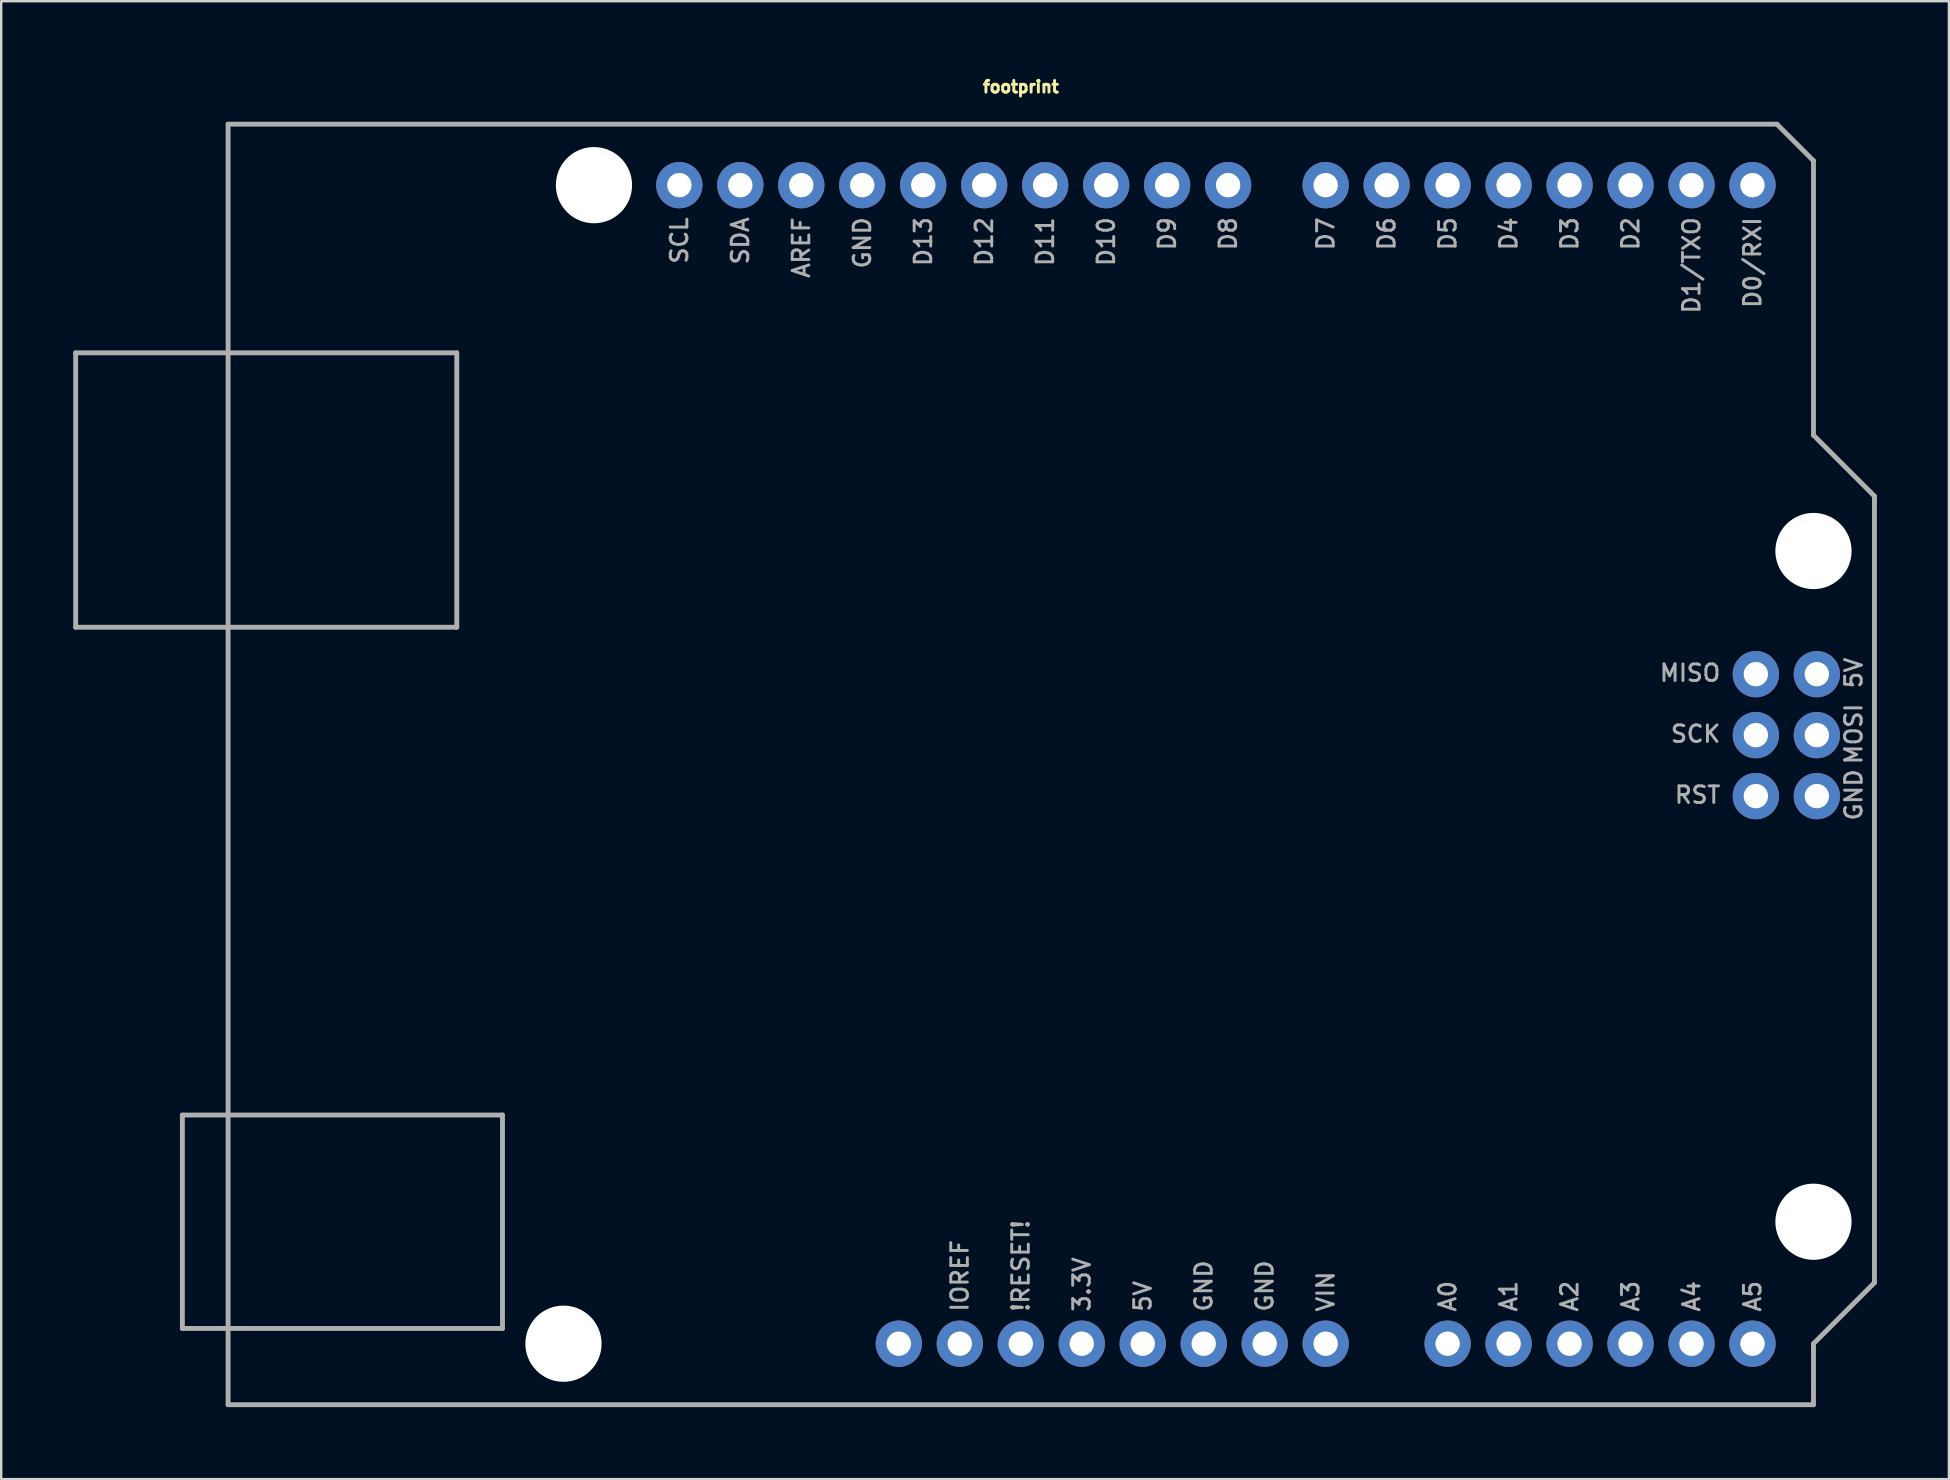
<source format=kicad_pcb>
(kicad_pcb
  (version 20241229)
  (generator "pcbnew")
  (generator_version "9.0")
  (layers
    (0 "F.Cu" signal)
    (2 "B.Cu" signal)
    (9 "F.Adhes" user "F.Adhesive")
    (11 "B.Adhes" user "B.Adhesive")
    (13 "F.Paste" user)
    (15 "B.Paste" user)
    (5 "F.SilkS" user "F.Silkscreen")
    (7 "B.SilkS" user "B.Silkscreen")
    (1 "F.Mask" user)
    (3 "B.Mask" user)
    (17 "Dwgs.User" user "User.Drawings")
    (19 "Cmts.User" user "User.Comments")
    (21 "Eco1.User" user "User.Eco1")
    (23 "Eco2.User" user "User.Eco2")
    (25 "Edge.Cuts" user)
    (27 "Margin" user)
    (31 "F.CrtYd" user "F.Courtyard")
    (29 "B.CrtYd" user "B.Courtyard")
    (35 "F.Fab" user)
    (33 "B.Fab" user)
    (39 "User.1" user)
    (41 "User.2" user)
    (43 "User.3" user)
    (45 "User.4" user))
  (footprint "footprint"
    (layer "F.Cu")
    (at 39.472 28.793)
    (property "Reference" "footprint" (at 0 -27.94 0) (layer "F.SilkS") (effects (font (size 0.488 0.488) (thickness 0.122)) (justify bottom)))
    (fp_line (start -39.37 -17.145) (end -23.495 -17.145) (stroke (width 0.203) (type solid)) (layer "F.Fab"))
    (fp_line (start -39.37 -5.715) (end -39.37 -17.145) (stroke (width 0.203) (type solid)) (layer "F.Fab"))
    (fp_line (start -34.925 14.605) (end -21.59 14.605) (stroke (width 0.203) (type solid)) (layer "F.Fab"))
    (fp_line (start -34.925 23.495) (end -34.925 14.605) (stroke (width 0.203) (type solid)) (layer "F.Fab"))
    (fp_line (start -33.02 -26.67) (end 31.496 -26.67) (stroke (width 0.203) (type solid)) (layer "F.Fab"))
    (fp_line (start -33.02 26.67) (end -33.02 -26.67) (stroke (width 0.203) (type solid)) (layer "F.Fab"))
    (fp_line (start -23.495 -17.145) (end -23.495 -5.715) (stroke (width 0.203) (type solid)) (layer "F.Fab"))
    (fp_line (start -23.495 -5.715) (end -39.37 -5.715) (stroke (width 0.203) (type solid)) (layer "F.Fab"))
    (fp_line (start -21.59 14.605) (end -21.59 23.495) (stroke (width 0.203) (type solid)) (layer "F.Fab"))
    (fp_line (start -21.59 23.495) (end -34.925 23.495) (stroke (width 0.203) (type solid)) (layer "F.Fab"))
    (fp_line (start 31.496 -26.67) (end 33.02 -25.146) (stroke (width 0.203) (type solid)) (layer "F.Fab"))
    (fp_line (start 33.02 -25.146) (end 33.02 -13.716) (stroke (width 0.203) (type solid)) (layer "F.Fab"))
    (fp_line (start 33.02 -13.716) (end 35.56 -11.176) (stroke (width 0.203) (type solid)) (layer "F.Fab"))
    (fp_line (start 33.02 24.13) (end 33.02 26.67) (stroke (width 0.203) (type solid)) (layer "F.Fab"))
    (fp_line (start 33.02 26.67) (end -33.02 26.67) (stroke (width 0.203) (type solid)) (layer "F.Fab"))
    (fp_line (start 35.56 -11.176) (end 35.56 21.59) (stroke (width 0.203) (type solid)) (layer "F.Fab"))
    (fp_line (start 35.56 21.59) (end 33.02 24.13) (stroke (width 0.203) (type solid)) (layer "F.Fab"))
    (fp_text user "D6" (at 15.24 -22.86 90) (layer "F.Fab") (effects (font (size 0.691 0.691) (thickness 0.122)) (justify right)))
    (fp_text user "SCL" (at -14.224 -22.86 90) (layer "F.Fab") (effects (font (size 0.691 0.691) (thickness 0.122)) (justify right)))
    (fp_text user "D13" (at -4.064 -22.86 90) (layer "F.Fab") (effects (font (size 0.691 0.691) (thickness 0.122)) (justify right)))
    (fp_text user "D8" (at 8.636 -22.86 90) (layer "F.Fab") (effects (font (size 0.691 0.691) (thickness 0.122)) (justify right)))
    (fp_text user "D10" (at 3.556 -22.86 90) (layer "F.Fab") (effects (font (size 0.691 0.691) (thickness 0.122)) (justify right)))
    (fp_text user "D9" (at 6.096 -22.86 90) (layer "F.Fab") (effects (font (size 0.691 0.691) (thickness 0.122)) (justify right)))
    (fp_text user "MISO" (at 29.21 -3.81 0) (layer "F.Fab") (effects (font (size 0.691 0.691) (thickness 0.122)) (justify right)))
    (fp_text user "5V" (at 5.08 22.86 90) (layer "F.Fab") (effects (font (size 0.691 0.691) (thickness 0.122)) (justify left)))
    (fp_text user "GND" (at 7.62 22.86 90) (layer "F.Fab") (effects (font (size 0.691 0.691) (thickness 0.122)) (justify left)))
    (fp_text user "D2" (at 25.4 -22.86 90) (layer "F.Fab") (effects (font (size 0.691 0.691) (thickness 0.122)) (justify right)))
    (fp_text user "IOREF" (at -2.54 22.86 90) (layer "F.Fab") (effects (font (size 0.691 0.691) (thickness 0.122)) (justify left)))
    (fp_text user "D5" (at 17.78 -22.86 90) (layer "F.Fab") (effects (font (size 0.691 0.691) (thickness 0.122)) (justify right)))
    (fp_text user "D3" (at 22.86 -22.86 90) (layer "F.Fab") (effects (font (size 0.691 0.691) (thickness 0.122)) (justify right)))
    (fp_text user "RST" (at 29.21 1.27 0) (layer "F.Fab") (effects (font (size 0.691 0.691) (thickness 0.122)) (justify right)))
    (fp_text user "A5" (at 30.48 22.86 90) (layer "F.Fab") (effects (font (size 0.691 0.691) (thickness 0.122)) (justify left)))
    (fp_text user "D12" (at -1.524 -22.86 90) (layer "F.Fab") (effects (font (size 0.691 0.691) (thickness 0.122)) (justify right)))
    (fp_text user "D1/TXO" (at 27.94 -22.86 90) (layer "F.Fab") (effects (font (size 0.691 0.691) (thickness 0.122)) (justify right)))
    (fp_text user "A2" (at 22.86 22.86 90) (layer "F.Fab") (effects (font (size 0.691 0.691) (thickness 0.122)) (justify left)))
    (fp_text user "A4" (at 27.94 22.86 90) (layer "F.Fab") (effects (font (size 0.691 0.691) (thickness 0.122)) (justify left)))
    (fp_text user "D7" (at 12.7 -22.86 90) (layer "F.Fab") (effects (font (size 0.691 0.691) (thickness 0.122)) (justify right)))
    (fp_text user "MOSI" (at 34.29 -1.27 90) (layer "F.Fab") (effects (font (size 0.691 0.691) (thickness 0.122)) (justify top)))
    (fp_text user "GND" (at -6.604 -22.86 90) (layer "F.Fab") (effects (font (size 0.691 0.691) (thickness 0.122)) (justify right)))
    (fp_text user "GND" (at 34.29 1.27 90) (layer "F.Fab") (effects (font (size 0.691 0.691) (thickness 0.122)) (justify top)))
    (fp_text user "3.3V" (at 2.54 22.86 90) (layer "F.Fab") (effects (font (size 0.691 0.691) (thickness 0.122)) (justify left)))
    (fp_text user "5V" (at 34.29 -3.81 90) (layer "F.Fab") (effects (font (size 0.691 0.691) (thickness 0.122)) (justify top)))
    (fp_text user "VIN" (at 12.7 22.86 90) (layer "F.Fab") (effects (font (size 0.691 0.691) (thickness 0.122)) (justify left)))
    (fp_text user "D4" (at 20.32 -22.86 90) (layer "F.Fab") (effects (font (size 0.691 0.691) (thickness 0.122)) (justify right)))
    (fp_text user "A1" (at 20.32 22.86 90) (layer "F.Fab") (effects (font (size 0.691 0.691) (thickness 0.122)) (justify left)))
    (fp_text user "GND" (at 10.16 22.86 90) (layer "F.Fab") (effects (font (size 0.691 0.691) (thickness 0.122)) (justify left)))
    (fp_text user "D0/RXI" (at 30.48 -22.86 90) (layer "F.Fab") (effects (font (size 0.691 0.691) (thickness 0.122)) (justify right)))
    (fp_text user "A3" (at 25.4 22.86 90) (layer "F.Fab") (effects (font (size 0.691 0.691) (thickness 0.122)) (justify left)))
    (fp_text user "A0" (at 17.78 22.86 90) (layer "F.Fab") (effects (font (size 0.691 0.691) (thickness 0.122)) (justify left)))
    (fp_text user "D11" (at 1.016 -22.86 90) (layer "F.Fab") (effects (font (size 0.691 0.691) (thickness 0.122)) (justify right)))
    (fp_text user "AREF" (at -9.144 -22.86 90) (layer "F.Fab") (effects (font (size 0.691 0.691) (thickness 0.122)) (justify right)))
    (fp_text user "SCK" (at 29.21 -1.27 0) (layer "F.Fab") (effects (font (size 0.691 0.691) (thickness 0.122)) (justify right)))
    (fp_text user "!RESET!" (at 0 22.86 90) (layer "F.Fab") (effects (font (size 0.691 0.691) (thickness 0.122)) (justify left)))
    (fp_text user "SDA" (at -11.684 -22.86 90) (layer "F.Fab") (effects (font (size 0.691 0.691) (thickness 0.122)) (justify right)))
    (pad "" np_thru_hole circle (at -19.05 24.13) (size 3.175 3.175) (drill 3.175) (layers "*.Cu" "*.Mask"))
    (pad "" np_thru_hole circle (at -17.78 -24.13) (size 3.175 3.175) (drill 3.175) (layers "*.Cu" "*.Mask"))
    (pad "" np_thru_hole circle (at 33.02 -8.89) (size 3.175 3.175) (drill 3.175) (layers "*.Cu" "*.Mask"))
    (pad "" np_thru_hole circle (at 33.02 19.05) (size 3.175 3.175) (drill 3.175) (layers "*.Cu" "*.Mask"))
    (pad "3.3V" thru_hole circle (at 2.54 24.13) (size 1.93 1.93) (drill 1.016) (layers "*.Cu" "*.Mask"))
    (pad "5V" thru_hole circle (at 5.08 24.13) (size 1.93 1.93) (drill 1.016) (layers "*.Cu" "*.Mask"))
    (pad "A0" thru_hole circle (at 17.78 24.13) (size 1.93 1.93) (drill 1.016) (layers "*.Cu" "*.Mask"))
    (pad "A1" thru_hole circle (at 20.32 24.13) (size 1.93 1.93) (drill 1.016) (layers "*.Cu" "*.Mask"))
    (pad "A2" thru_hole circle (at 22.86 24.13) (size 1.93 1.93) (drill 1.016) (layers "*.Cu" "*.Mask"))
    (pad "A3" thru_hole circle (at 25.4 24.13) (size 1.93 1.93) (drill 1.016) (layers "*.Cu" "*.Mask"))
    (pad "A4" thru_hole circle (at 27.94 24.13) (size 1.93 1.93) (drill 1.016) (layers "*.Cu" "*.Mask"))
    (pad "A5" thru_hole circle (at 30.48 24.13) (size 1.93 1.93) (drill 1.016) (layers "*.Cu" "*.Mask"))
    (pad "AREF" thru_hole circle (at -9.144 -24.13) (size 1.93 1.93) (drill 1.016) (layers "*.Cu" "*.Mask"))
    (pad "D0" thru_hole circle (at 30.48 -24.13) (size 1.93 1.93) (drill 1.016) (layers "*.Cu" "*.Mask"))
    (pad "D1" thru_hole circle (at 27.94 -24.13) (size 1.93 1.93) (drill 1.016) (layers "*.Cu" "*.Mask"))
    (pad "D2" thru_hole circle (at 25.4 -24.13) (size 1.93 1.93) (drill 1.016) (layers "*.Cu" "*.Mask"))
    (pad "D3" thru_hole circle (at 22.86 -24.13) (size 1.93 1.93) (drill 1.016) (layers "*.Cu" "*.Mask"))
    (pad "D4" thru_hole circle (at 20.32 -24.13) (size 1.93 1.93) (drill 1.016) (layers "*.Cu" "*.Mask"))
    (pad "D5" thru_hole circle (at 17.78 -24.13) (size 1.93 1.93) (drill 1.016) (layers "*.Cu" "*.Mask"))
    (pad "D6" thru_hole circle (at 15.24 -24.13) (size 1.93 1.93) (drill 1.016) (layers "*.Cu" "*.Mask"))
    (pad "D7" thru_hole circle (at 12.7 -24.13) (size 1.93 1.93) (drill 1.016) (layers "*.Cu" "*.Mask"))
    (pad "D8" thru_hole circle (at 8.636 -24.13) (size 1.93 1.93) (drill 1.016) (layers "*.Cu" "*.Mask"))
    (pad "D9" thru_hole circle (at 6.096 -24.13) (size 1.93 1.93) (drill 1.016) (layers "*.Cu" "*.Mask"))
    (pad "D10" thru_hole circle (at 3.556 -24.13) (size 1.93 1.93) (drill 1.016) (layers "*.Cu" "*.Mask"))
    (pad "D11" thru_hole circle (at 1.016 -24.13) (size 1.93 1.93) (drill 1.016) (layers "*.Cu" "*.Mask"))
    (pad "D12" thru_hole circle (at -1.524 -24.13) (size 1.93 1.93) (drill 1.016) (layers "*.Cu" "*.Mask"))
    (pad "D13" thru_hole circle (at -4.064 -24.13) (size 1.93 1.93) (drill 1.016) (layers "*.Cu" "*.Mask"))
    (pad "GND@1" thru_hole circle (at 7.62 24.13) (size 1.93 1.93) (drill 1.016) (layers "*.Cu" "*.Mask"))
    (pad "GND@2" thru_hole circle (at 10.16 24.13) (size 1.93 1.93) (drill 1.016) (layers "*.Cu" "*.Mask"))
    (pad "GND@3" thru_hole circle (at -6.604 -24.13) (size 1.93 1.93) (drill 1.016) (layers "*.Cu" "*.Mask"))
    (pad "GND@4" thru_hole circle (at 33.16 1.32) (size 1.93 1.93) (drill 1.016) (layers "*.Cu" "*.Mask"))
    (pad "IOREF" thru_hole circle (at -2.54 24.13) (size 1.93 1.93) (drill 1.016) (layers "*.Cu" "*.Mask"))
    (pad "MISO" thru_hole circle (at 30.62 -3.76) (size 1.93 1.93) (drill 1.016) (layers "*.Cu" "*.Mask"))
    (pad "MOSI" thru_hole circle (at 33.16 -1.22) (size 1.93 1.93) (drill 1.016) (layers "*.Cu" "*.Mask"))
    (pad "NC" thru_hole circle (at -5.08 24.13) (size 1.93 1.93) (drill 1.016) (layers "*.Cu" "*.Mask"))
    (pad "RESET@1" thru_hole circle (at 0 24.13) (size 1.93 1.93) (drill 1.016) (layers "*.Cu" "*.Mask"))
    (pad "RESET@2" thru_hole circle (at 30.62 1.32) (size 1.93 1.93) (drill 1.016) (layers "*.Cu" "*.Mask"))
    (pad "SCK" thru_hole circle (at 30.62 -1.22) (size 1.93 1.93) (drill 1.016) (layers "*.Cu" "*.Mask"))
    (pad "SCL" thru_hole circle (at -14.224 -24.13) (size 1.93 1.93) (drill 1.016) (layers "*.Cu" "*.Mask"))
    (pad "SDA" thru_hole circle (at -11.684 -24.13) (size 1.93 1.93) (drill 1.016) (layers "*.Cu" "*.Mask"))
    (pad "VCC" thru_hole circle (at 33.16 -3.76) (size 1.93 1.93) (drill 1.016) (layers "*.Cu" "*.Mask"))
    (pad "VIN" thru_hole circle (at 12.7 24.13) (size 1.93 1.93) (drill 1.016) (layers "*.Cu" "*.Mask")))
  (gr_rect
    (start -3 -3)
    (end 78.133 58.565)
    (stroke (width 0.1) (type default))
    (fill no)
    (layer "Edge.Cuts")))
</source>
